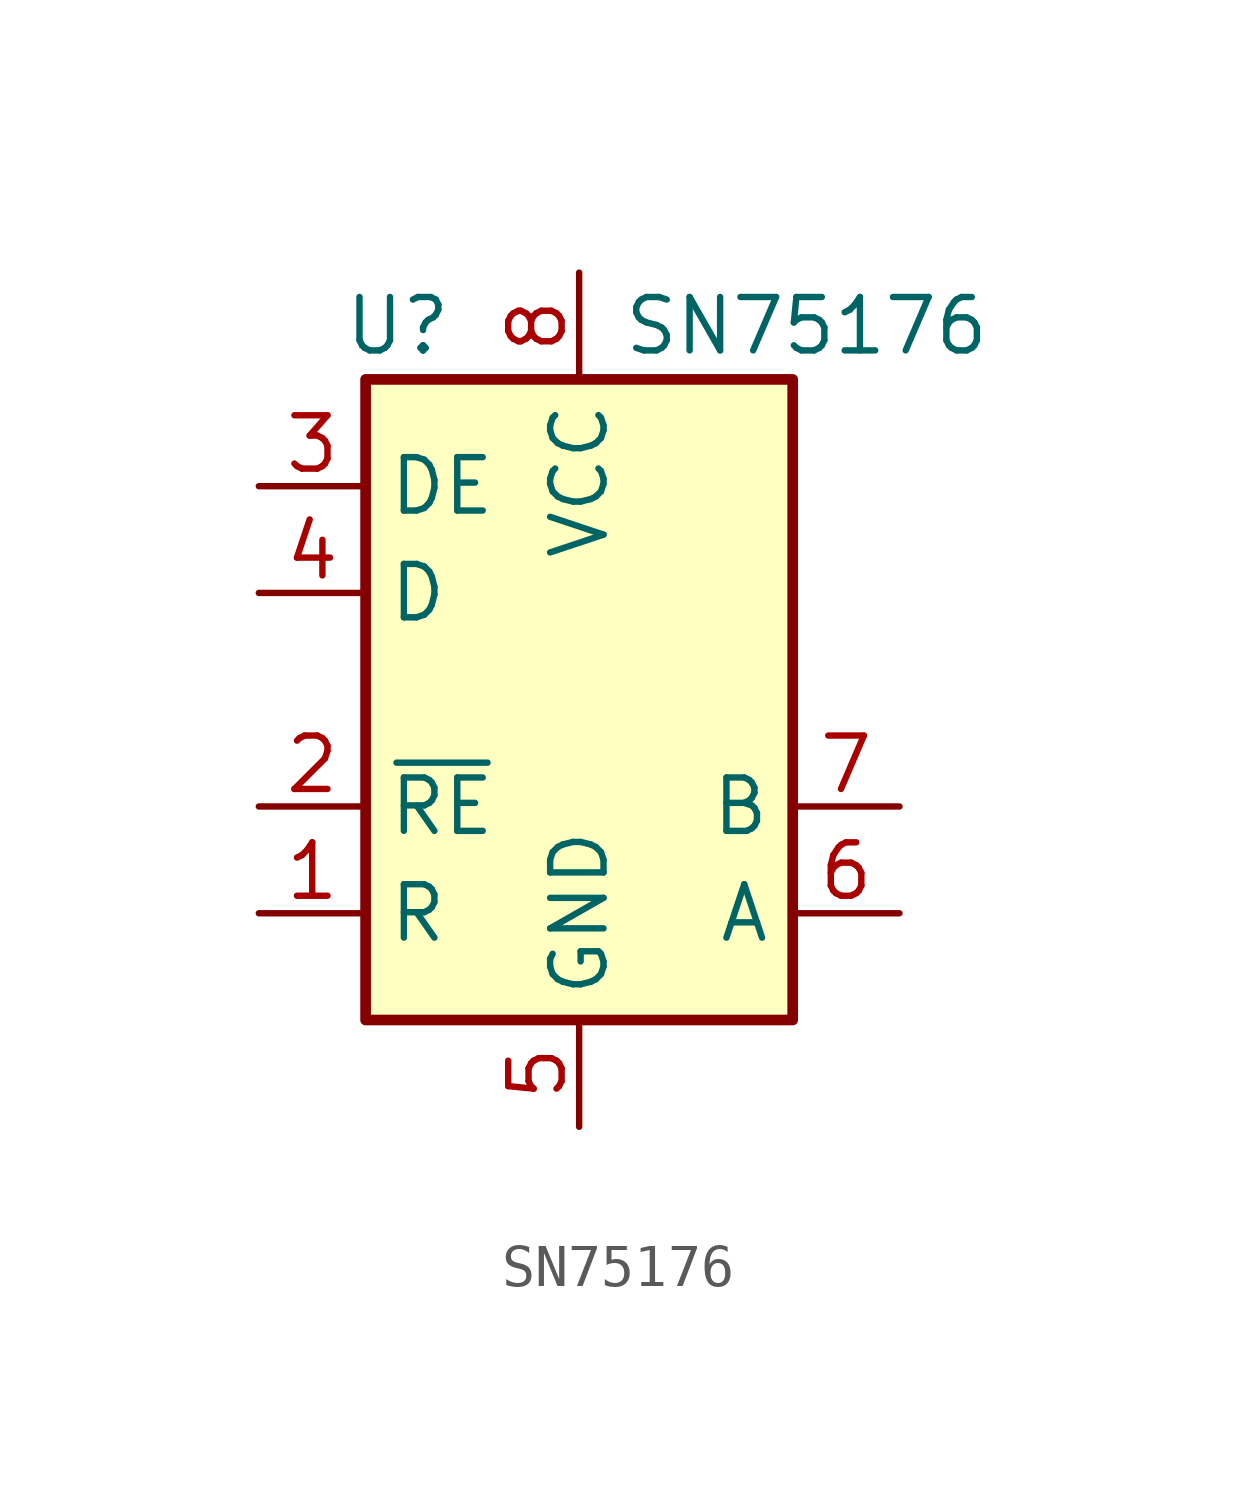
<source format=kicad_sym>
(kicad_symbol_lib
  (version 20231120)
  (generator "kicad_symbol_editor")
  (generator_version "8.0")
  (symbol "SN75176"
    (property "Reference" "U"
      (at -4.318 8.89 0)
      (effects (font (size 1.27 1.27))))
    (property "Value" "SN75176"
      (at 1.016 8.89 0)
      (effects (font (size 1.27 1.27)) (justify left)))
    (symbol "SN75176_0_1"
      (rectangle (start -5.08 7.62) (end 5.08 -7.62) (stroke (width 0.254) (type default)) (fill (type background))))
    (symbol "SN75176_1_1"
      (pin output line (at -7.62 -5.08 0) (length 2.54) (name "R" (effects (font (size 1.27 1.27)))) (number "1" (effects (font (size 1.27 1.27)))))
      (pin input line (at -7.62 -2.54 0) (length 2.54) (name "~{RE}" (effects (font (size 1.27 1.27)))) (number "2" (effects (font (size 1.27 1.27)))))
      (pin input line (at -7.62 5.08 0) (length 2.54) (name "DE" (effects (font (size 1.27 1.27)))) (number "3" (effects (font (size 1.27 1.27)))))
      (pin input line (at -7.62 2.54 0) (length 2.54) (name "D" (effects (font (size 1.27 1.27)))) (number "4" (effects (font (size 1.27 1.27)))))
      (pin power_in line (at 0 -10.16 90) (length 2.54) (name "GND" (effects (font (size 1.27 1.27)))) (number "5" (effects (font (size 1.27 1.27)))))
      (pin bidirectional line (at 7.62 -5.08 180) (length 2.54) (name "A" (effects (font (size 1.27 1.27)))) (number "6" (effects (font (size 1.27 1.27)))))
      (pin bidirectional line (at 7.62 -2.54 180) (length 2.54) (name "B" (effects (font (size 1.27 1.27)))) (number "7" (effects (font (size 1.27 1.27)))))
      (pin power_in line (at 0 10.16 270) (length 2.54) (name "VCC" (effects (font (size 1.27 1.27)))) (number "8" (effects (font (size 1.27 1.27))))))))
</source>
